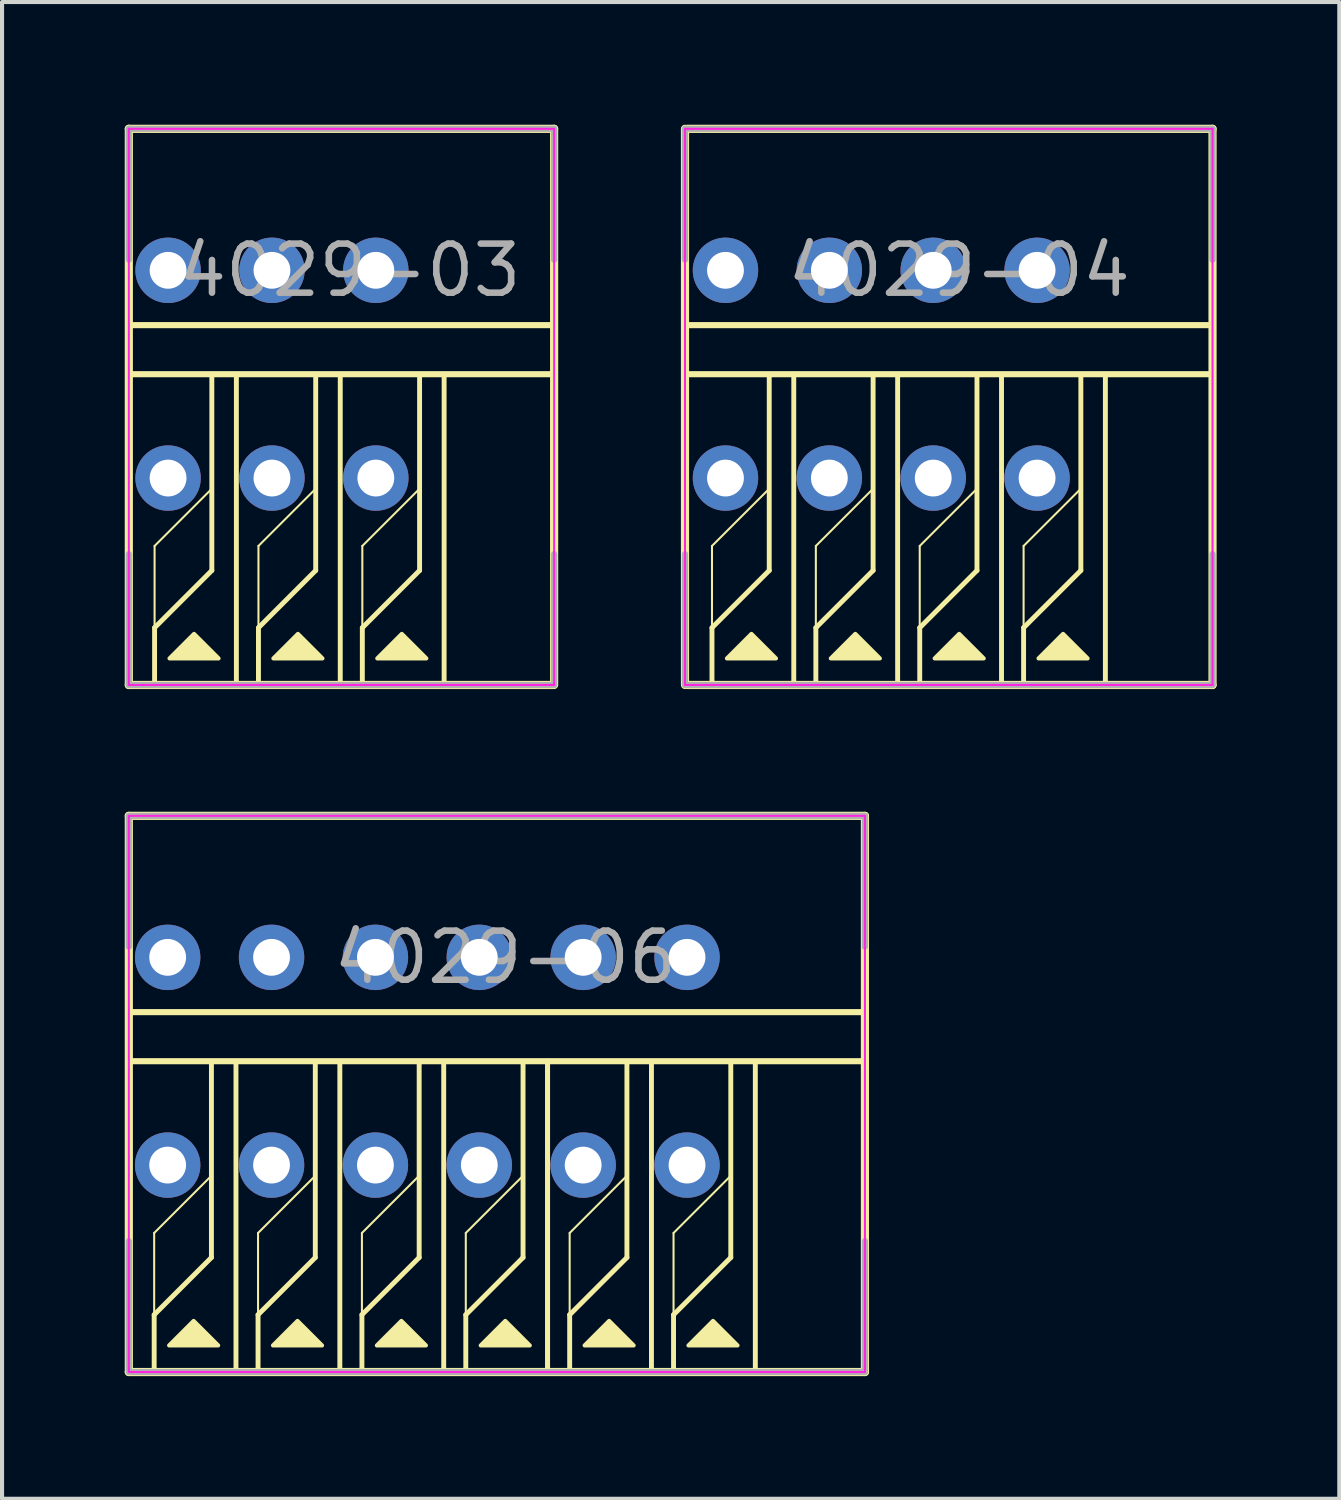
<source format=kicad_pcb>
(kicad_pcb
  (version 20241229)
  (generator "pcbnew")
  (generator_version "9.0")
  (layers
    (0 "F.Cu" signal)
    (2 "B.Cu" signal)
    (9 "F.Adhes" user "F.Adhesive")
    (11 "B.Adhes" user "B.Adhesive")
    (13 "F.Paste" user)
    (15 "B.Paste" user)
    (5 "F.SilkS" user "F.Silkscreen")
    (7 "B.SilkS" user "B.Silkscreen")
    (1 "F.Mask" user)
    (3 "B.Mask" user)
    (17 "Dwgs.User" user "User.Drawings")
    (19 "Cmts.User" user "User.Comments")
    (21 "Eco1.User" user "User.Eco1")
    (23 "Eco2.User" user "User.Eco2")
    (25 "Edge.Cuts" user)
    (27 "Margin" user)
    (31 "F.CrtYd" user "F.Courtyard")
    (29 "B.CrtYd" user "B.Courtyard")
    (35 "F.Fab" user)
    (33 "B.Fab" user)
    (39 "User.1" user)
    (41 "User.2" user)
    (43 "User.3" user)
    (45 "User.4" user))
  (footprint "4029-04"
    (layer "F.Cu")
    (at 18.5 6.1)
    (property "Reference" "4029-04" (at 1.905 -2.54 0) (layer "F.Fab") (effects (font (size 1.2 1.2) (thickness 0.16))))
    (attr through_hole)
    (fp_line (start -4.8 -6) (end -4.8 7.6) (stroke (width 0.2) (type solid)) (layer "F.SilkS"))
    (fp_line (start -4.8 -1.2) (end 8.1 -1.2) (stroke (width 0.15) (type solid)) (layer "F.SilkS"))
    (fp_line (start -4.8 0) (end 8.1 0) (stroke (width 0.15) (type solid)) (layer "F.SilkS"))
    (fp_line (start -4.74 -6) (end 8.1 -6) (stroke (width 0.2) (type solid)) (layer "F.SilkS"))
    (fp_line (start -4.74 7.6) (end 8.1 7.6) (stroke (width 0.2) (type solid)) (layer "F.SilkS"))
    (fp_line (start -4.14 4.2) (end -2.74 2.8) (stroke (width 0.05) (type solid)) (layer "F.SilkS"))
    (fp_line (start -4.14 6.2) (end -4.14 4.2) (stroke (width 0.05) (type solid)) (layer "F.SilkS"))
    (fp_line (start -4.14 6.2) (end -2.74 4.8) (stroke (width 0.12) (type solid)) (layer "F.SilkS"))
    (fp_line (start -4.14 7.6) (end -4.14 6.2) (stroke (width 0.12) (type solid)) (layer "F.SilkS"))
    (fp_line (start -2.74 4.8) (end -2.74 0) (stroke (width 0.12) (type solid)) (layer "F.SilkS"))
    (fp_line (start -2.14 0) (end -2.14 7.6) (stroke (width 0.12) (type solid)) (layer "F.SilkS"))
    (fp_line (start -1.6 4.2) (end -0.2 2.8) (stroke (width 0.05) (type solid)) (layer "F.SilkS"))
    (fp_line (start -1.6 6.2) (end -1.6 4.2) (stroke (width 0.05) (type solid)) (layer "F.SilkS"))
    (fp_line (start -1.6 6.2) (end -0.2 4.8) (stroke (width 0.12) (type solid)) (layer "F.SilkS"))
    (fp_line (start -1.6 7.6) (end -1.6 6.2) (stroke (width 0.12) (type solid)) (layer "F.SilkS"))
    (fp_line (start -0.2 4.8) (end -0.2 0) (stroke (width 0.12) (type solid)) (layer "F.SilkS"))
    (fp_line (start 0.4 0) (end 0.4 7.6) (stroke (width 0.12) (type solid)) (layer "F.SilkS"))
    (fp_line (start 0.94 4.2) (end 2.34 2.8) (stroke (width 0.05) (type solid)) (layer "F.SilkS"))
    (fp_line (start 0.94 6.2) (end 0.94 4.2) (stroke (width 0.05) (type solid)) (layer "F.SilkS"))
    (fp_line (start 0.94 6.2) (end 2.34 4.8) (stroke (width 0.12) (type solid)) (layer "F.SilkS"))
    (fp_line (start 0.94 7.6) (end 0.94 6.2) (stroke (width 0.12) (type solid)) (layer "F.SilkS"))
    (fp_line (start 2.34 4.8) (end 2.34 0) (stroke (width 0.12) (type solid)) (layer "F.SilkS"))
    (fp_line (start 2.94 0) (end 2.94 7.6) (stroke (width 0.12) (type solid)) (layer "F.SilkS"))
    (fp_line (start 3.48 4.2) (end 4.88 2.8) (stroke (width 0.05) (type solid)) (layer "F.SilkS"))
    (fp_line (start 3.48 6.2) (end 3.48 4.2) (stroke (width 0.05) (type solid)) (layer "F.SilkS"))
    (fp_line (start 3.48 6.2) (end 4.88 4.8) (stroke (width 0.12) (type solid)) (layer "F.SilkS"))
    (fp_line (start 3.48 7.6) (end 3.48 6.2) (stroke (width 0.12) (type solid)) (layer "F.SilkS"))
    (fp_line (start 4.88 4.8) (end 4.88 0) (stroke (width 0.12) (type solid)) (layer "F.SilkS"))
    (fp_line (start 5.48 0) (end 5.48 7.6) (stroke (width 0.12) (type solid)) (layer "F.SilkS"))
    (fp_line (start 8.1 -6) (end 8.1 7.6) (stroke (width 0.2) (type solid)) (layer "F.SilkS"))
    (fp_poly (pts (xy -2.575 6.95) (xy -3.775 6.95) (xy -3.175 6.35)) (stroke (width 0.1) (type solid)) (fill yes) (layer "F.SilkS"))
    (fp_poly (pts (xy -0.035 6.95) (xy -1.235 6.95) (xy -0.635 6.35)) (stroke (width 0.1) (type solid)) (fill yes) (layer "F.SilkS"))
    (fp_poly (pts (xy 2.505 6.95) (xy 1.305 6.95) (xy 1.905 6.35)) (stroke (width 0.1) (type solid)) (fill yes) (layer "F.SilkS"))
    (fp_poly (pts (xy 5.045 6.95) (xy 3.845 6.95) (xy 4.445 6.35)) (stroke (width 0.1) (type solid)) (fill yes) (layer "F.SilkS"))
    (fp_line (start -4.8 -6) (end 8.1 -6) (stroke (width 0.05) (type solid)) (layer "F.CrtYd"))
    (fp_line (start -4.8 7.6) (end -4.8 -6) (stroke (width 0.05) (type solid)) (layer "F.CrtYd"))
    (fp_line (start -4.8 7.6) (end 8.1 7.6) (stroke (width 0.05) (type solid)) (layer "F.CrtYd"))
    (fp_line (start 8.1 7.6) (end 8.1 -6) (stroke (width 0.05) (type solid)) (layer "F.CrtYd"))
    (fp_line (start -4.8 -6) (end -4.8 -2.8) (stroke (width 0.15) (type solid)) (layer "F.Fab"))
    (fp_line (start -4.8 -6) (end 8.1 -6) (stroke (width 0.15) (type solid)) (layer "F.Fab"))
    (fp_line (start -4.8 4.4) (end -4.8 7.6) (stroke (width 0.15) (type solid)) (layer "F.Fab"))
    (fp_line (start -4.8 7.6) (end 8.1 7.6) (stroke (width 0.15) (type solid)) (layer "F.Fab"))
    (fp_line (start 8.1 -6) (end 8.1 -2.8) (stroke (width 0.15) (type solid)) (layer "F.Fab"))
    (fp_line (start 8.1 4.4) (end 8.1 7.6) (stroke (width 0.15) (type solid)) (layer "F.Fab"))
    (pad "1" thru_hole circle (at -3.81 -2.54) (size 1.6 1.6) (drill 0.9) (layers "*.Cu" "*.Mask"))
    (pad "1" thru_hole circle (at -3.81 2.54) (size 1.6 1.6) (drill 0.9) (layers "*.Cu" "*.Mask"))
    (pad "2" thru_hole circle (at -1.27 -2.54) (size 1.6 1.6) (drill 0.9) (layers "*.Cu" "*.Mask"))
    (pad "2" thru_hole circle (at -1.27 2.54) (size 1.6 1.6) (drill 0.9) (layers "*.Cu" "*.Mask"))
    (pad "3" thru_hole circle (at 1.27 -2.54) (size 1.6 1.6) (drill 0.9) (layers "*.Cu" "*.Mask"))
    (pad "3" thru_hole circle (at 1.27 2.54) (size 1.6 1.6) (drill 0.9) (layers "*.Cu" "*.Mask"))
    (pad "4" thru_hole circle (at 3.81 -2.54) (size 1.6 1.6) (drill 0.9) (layers "*.Cu" "*.Mask"))
    (pad "4" thru_hole circle (at 3.81 2.54) (size 1.6 1.6) (drill 0.9) (layers "*.Cu" "*.Mask")))
  (footprint "4029-06"
    (layer "F.Cu")
    (at 7.4 22.9)
    (property "Reference" "4029-06" (at 1.905 -2.54 0) (layer "F.Fab") (effects (font (size 1.2 1.2) (thickness 0.16))))
    (attr through_hole)
    (fp_line (start -7.3 -6) (end -7.3 7.6) (stroke (width 0.2) (type solid)) (layer "F.SilkS"))
    (fp_line (start -7.3 -6) (end 10.7 -6) (stroke (width 0.2) (type solid)) (layer "F.SilkS"))
    (fp_line (start -7.3 -1.2) (end 10.7 -1.2) (stroke (width 0.15) (type solid)) (layer "F.SilkS"))
    (fp_line (start -7.3 0) (end 10.7 0) (stroke (width 0.15) (type solid)) (layer "F.SilkS"))
    (fp_line (start -7.3 7.6) (end 10.7 7.6) (stroke (width 0.2) (type solid)) (layer "F.SilkS"))
    (fp_line (start -6.68 4.2) (end -5.28 2.8) (stroke (width 0.05) (type solid)) (layer "F.SilkS"))
    (fp_line (start -6.68 6.2) (end -6.68 4.2) (stroke (width 0.05) (type solid)) (layer "F.SilkS"))
    (fp_line (start -6.68 6.2) (end -5.28 4.8) (stroke (width 0.12) (type solid)) (layer "F.SilkS"))
    (fp_line (start -6.68 7.6) (end -6.68 6.2) (stroke (width 0.12) (type solid)) (layer "F.SilkS"))
    (fp_line (start -5.28 4.8) (end -5.28 0) (stroke (width 0.12) (type solid)) (layer "F.SilkS"))
    (fp_line (start -4.68 0) (end -4.68 7.6) (stroke (width 0.12) (type solid)) (layer "F.SilkS"))
    (fp_line (start -4.14 4.2) (end -2.74 2.8) (stroke (width 0.05) (type solid)) (layer "F.SilkS"))
    (fp_line (start -4.14 6.2) (end -4.14 4.2) (stroke (width 0.05) (type solid)) (layer "F.SilkS"))
    (fp_line (start -4.14 6.2) (end -2.74 4.8) (stroke (width 0.12) (type solid)) (layer "F.SilkS"))
    (fp_line (start -4.14 7.6) (end -4.14 6.2) (stroke (width 0.12) (type solid)) (layer "F.SilkS"))
    (fp_line (start -2.74 4.8) (end -2.74 0) (stroke (width 0.12) (type solid)) (layer "F.SilkS"))
    (fp_line (start -2.14 0) (end -2.14 7.6) (stroke (width 0.12) (type solid)) (layer "F.SilkS"))
    (fp_line (start -1.6 4.2) (end -0.2 2.8) (stroke (width 0.05) (type solid)) (layer "F.SilkS"))
    (fp_line (start -1.6 6.2) (end -1.6 4.2) (stroke (width 0.05) (type solid)) (layer "F.SilkS"))
    (fp_line (start -1.6 6.2) (end -0.2 4.8) (stroke (width 0.12) (type solid)) (layer "F.SilkS"))
    (fp_line (start -1.6 7.6) (end -1.6 6.2) (stroke (width 0.12) (type solid)) (layer "F.SilkS"))
    (fp_line (start -0.2 4.8) (end -0.2 0) (stroke (width 0.12) (type solid)) (layer "F.SilkS"))
    (fp_line (start 0.4 0) (end 0.4 7.6) (stroke (width 0.12) (type solid)) (layer "F.SilkS"))
    (fp_line (start 0.94 4.2) (end 2.34 2.8) (stroke (width 0.05) (type solid)) (layer "F.SilkS"))
    (fp_line (start 0.94 6.2) (end 0.94 4.2) (stroke (width 0.05) (type solid)) (layer "F.SilkS"))
    (fp_line (start 0.94 6.2) (end 2.34 4.8) (stroke (width 0.12) (type solid)) (layer "F.SilkS"))
    (fp_line (start 0.94 7.6) (end 0.94 6.2) (stroke (width 0.12) (type solid)) (layer "F.SilkS"))
    (fp_line (start 2.34 4.8) (end 2.34 0) (stroke (width 0.12) (type solid)) (layer "F.SilkS"))
    (fp_line (start 2.94 0) (end 2.94 7.6) (stroke (width 0.12) (type solid)) (layer "F.SilkS"))
    (fp_line (start 2.94 0) (end 2.94 7.6) (stroke (width 0.12) (type solid)) (layer "F.SilkS"))
    (fp_line (start 3.48 4.2) (end 4.88 2.8) (stroke (width 0.05) (type solid)) (layer "F.SilkS"))
    (fp_line (start 3.48 6.2) (end 3.48 4.2) (stroke (width 0.05) (type solid)) (layer "F.SilkS"))
    (fp_line (start 3.48 6.2) (end 4.88 4.8) (stroke (width 0.12) (type solid)) (layer "F.SilkS"))
    (fp_line (start 3.48 7.6) (end 3.48 6.2) (stroke (width 0.12) (type solid)) (layer "F.SilkS"))
    (fp_line (start 4.88 4.8) (end 4.88 0) (stroke (width 0.12) (type solid)) (layer "F.SilkS"))
    (fp_line (start 5.48 0) (end 5.48 7.6) (stroke (width 0.12) (type solid)) (layer "F.SilkS"))
    (fp_line (start 6.02 4.2) (end 7.42 2.8) (stroke (width 0.05) (type solid)) (layer "F.SilkS"))
    (fp_line (start 6.02 6.2) (end 6.02 4.2) (stroke (width 0.05) (type solid)) (layer "F.SilkS"))
    (fp_line (start 6.02 6.2) (end 7.42 4.8) (stroke (width 0.12) (type solid)) (layer "F.SilkS"))
    (fp_line (start 6.02 7.6) (end 6.02 6.2) (stroke (width 0.12) (type solid)) (layer "F.SilkS"))
    (fp_line (start 7.42 4.8) (end 7.42 0) (stroke (width 0.12) (type solid)) (layer "F.SilkS"))
    (fp_line (start 8.02 0) (end 8.02 7.6) (stroke (width 0.12) (type solid)) (layer "F.SilkS"))
    (fp_line (start 10.7 -6) (end 10.7 7.6) (stroke (width 0.2) (type solid)) (layer "F.SilkS"))
    (fp_poly (pts (xy -5.115 6.95) (xy -6.315 6.95) (xy -5.715 6.35)) (stroke (width 0.1) (type solid)) (fill yes) (layer "F.SilkS"))
    (fp_poly (pts (xy -2.575 6.95) (xy -3.775 6.95) (xy -3.175 6.35)) (stroke (width 0.1) (type solid)) (fill yes) (layer "F.SilkS"))
    (fp_poly (pts (xy -0.035 6.95) (xy -1.235 6.95) (xy -0.635 6.35)) (stroke (width 0.1) (type solid)) (fill yes) (layer "F.SilkS"))
    (fp_poly (pts (xy 2.505 6.95) (xy 1.305 6.95) (xy 1.905 6.35)) (stroke (width 0.1) (type solid)) (fill yes) (layer "F.SilkS"))
    (fp_poly (pts (xy 5.045 6.95) (xy 3.845 6.95) (xy 4.445 6.35)) (stroke (width 0.1) (type solid)) (fill yes) (layer "F.SilkS"))
    (fp_poly (pts (xy 7.585 6.95) (xy 6.385 6.95) (xy 6.985 6.35)) (stroke (width 0.1) (type solid)) (fill yes) (layer "F.SilkS"))
    (fp_line (start -7.3 -6) (end 10.7 -6) (stroke (width 0.05) (type solid)) (layer "F.CrtYd"))
    (fp_line (start -7.3 7.6) (end -7.3 -6) (stroke (width 0.05) (type solid)) (layer "F.CrtYd"))
    (fp_line (start -7.28 7.6) (end 10.7 7.6) (stroke (width 0.05) (type solid)) (layer "F.CrtYd"))
    (fp_line (start 10.7 7.6) (end 10.7 -6) (stroke (width 0.05) (type solid)) (layer "F.CrtYd"))
    (fp_line (start -7.3 -6) (end -7.3 -2.8) (stroke (width 0.15) (type solid)) (layer "F.Fab"))
    (fp_line (start -7.3 -6) (end 10.7 -6) (stroke (width 0.15) (type solid)) (layer "F.Fab"))
    (fp_line (start -7.3 4.4) (end -7.3 7.6) (stroke (width 0.15) (type solid)) (layer "F.Fab"))
    (fp_line (start -7.28 7.6) (end 10.7 7.6) (stroke (width 0.15) (type solid)) (layer "F.Fab"))
    (fp_line (start 10.7 -6) (end 10.7 -2.8) (stroke (width 0.15) (type solid)) (layer "F.Fab"))
    (fp_line (start 10.7 4.4) (end 10.7 7.6) (stroke (width 0.15) (type solid)) (layer "F.Fab"))
    (pad "1" thru_hole circle (at -6.35 -2.54) (size 1.6 1.6) (drill 0.9) (layers "*.Cu" "*.Mask"))
    (pad "1" thru_hole circle (at -6.35 2.54) (size 1.6 1.6) (drill 0.9) (layers "*.Cu" "*.Mask"))
    (pad "2" thru_hole circle (at -3.81 -2.54) (size 1.6 1.6) (drill 0.9) (layers "*.Cu" "*.Mask"))
    (pad "2" thru_hole circle (at -3.81 2.54) (size 1.6 1.6) (drill 0.9) (layers "*.Cu" "*.Mask"))
    (pad "3" thru_hole circle (at -1.27 -2.54) (size 1.6 1.6) (drill 0.9) (layers "*.Cu" "*.Mask"))
    (pad "3" thru_hole circle (at -1.27 2.54) (size 1.6 1.6) (drill 0.9) (layers "*.Cu" "*.Mask"))
    (pad "4" thru_hole circle (at 1.27 -2.54) (size 1.6 1.6) (drill 0.9) (layers "*.Cu" "*.Mask"))
    (pad "4" thru_hole circle (at 1.27 2.54) (size 1.6 1.6) (drill 0.9) (layers "*.Cu" "*.Mask"))
    (pad "5" thru_hole circle (at 3.81 -2.54) (size 1.6 1.6) (drill 0.9) (layers "*.Cu" "*.Mask"))
    (pad "5" thru_hole circle (at 3.81 2.54) (size 1.6 1.6) (drill 0.9) (layers "*.Cu" "*.Mask"))
    (pad "6" thru_hole circle (at 6.35 -2.54) (size 1.6 1.6) (drill 0.9) (layers "*.Cu" "*.Mask"))
    (pad "6" thru_hole circle (at 6.35 2.54) (size 1.6 1.6) (drill 0.9) (layers "*.Cu" "*.Mask")))
  (footprint "4029-03"
    (layer "F.Cu")
    (at 3.6 6.1)
    (property "Reference" "4029-03" (at 1.905 -2.54 0) (layer "F.Fab") (effects (font (size 1.2 1.2) (thickness 0.16))))
    (attr through_hole)
    (fp_line (start -3.5 -6) (end -3.5 7.6) (stroke (width 0.2) (type solid)) (layer "F.SilkS"))
    (fp_line (start -3.5 -6) (end 6.9 -6) (stroke (width 0.2) (type solid)) (layer "F.SilkS"))
    (fp_line (start -3.5 -1.2) (end 6.9 -1.2) (stroke (width 0.15) (type solid)) (layer "F.SilkS"))
    (fp_line (start -3.5 0) (end 6.9 0) (stroke (width 0.15) (type solid)) (layer "F.SilkS"))
    (fp_line (start -3.5 7.6) (end 6.87 7.6) (stroke (width 0.2) (type solid)) (layer "F.SilkS"))
    (fp_line (start -2.87 4.2) (end -1.47 2.8) (stroke (width 0.05) (type solid)) (layer "F.SilkS"))
    (fp_line (start -2.87 6.2) (end -2.87 4.2) (stroke (width 0.05) (type solid)) (layer "F.SilkS"))
    (fp_line (start -2.87 6.2) (end -1.47 4.8) (stroke (width 0.12) (type solid)) (layer "F.SilkS"))
    (fp_line (start -2.87 7.6) (end -2.87 6.2) (stroke (width 0.12) (type solid)) (layer "F.SilkS"))
    (fp_line (start -1.47 4.8) (end -1.47 0) (stroke (width 0.12) (type solid)) (layer "F.SilkS"))
    (fp_line (start -0.87 0) (end -0.87 7.6) (stroke (width 0.12) (type solid)) (layer "F.SilkS"))
    (fp_line (start -0.33 4.2) (end 1.07 2.8) (stroke (width 0.05) (type solid)) (layer "F.SilkS"))
    (fp_line (start -0.33 6.2) (end -0.33 4.2) (stroke (width 0.05) (type solid)) (layer "F.SilkS"))
    (fp_line (start -0.33 6.2) (end 1.07 4.8) (stroke (width 0.12) (type solid)) (layer "F.SilkS"))
    (fp_line (start -0.33 7.6) (end -0.33 6.2) (stroke (width 0.12) (type solid)) (layer "F.SilkS"))
    (fp_line (start 1.07 4.8) (end 1.07 0) (stroke (width 0.12) (type solid)) (layer "F.SilkS"))
    (fp_line (start 1.67 0) (end 1.67 7.6) (stroke (width 0.12) (type solid)) (layer "F.SilkS"))
    (fp_line (start 2.21 4.2) (end 3.61 2.8) (stroke (width 0.05) (type solid)) (layer "F.SilkS"))
    (fp_line (start 2.21 6.2) (end 2.21 4.2) (stroke (width 0.05) (type solid)) (layer "F.SilkS"))
    (fp_line (start 2.21 6.2) (end 3.61 4.8) (stroke (width 0.12) (type solid)) (layer "F.SilkS"))
    (fp_line (start 2.21 7.6) (end 2.21 6.2) (stroke (width 0.12) (type solid)) (layer "F.SilkS"))
    (fp_line (start 3.61 4.8) (end 3.61 0) (stroke (width 0.12) (type solid)) (layer "F.SilkS"))
    (fp_line (start 4.21 0) (end 4.21 7.6) (stroke (width 0.12) (type solid)) (layer "F.SilkS"))
    (fp_line (start 6.9 -6) (end 6.9 7.6) (stroke (width 0.2) (type solid)) (layer "F.SilkS"))
    (fp_poly (pts (xy -1.305 6.95) (xy -2.505 6.95) (xy -1.905 6.35)) (stroke (width 0.1) (type solid)) (fill yes) (layer "F.SilkS"))
    (fp_poly (pts (xy 1.235 6.95) (xy 0.035 6.95) (xy 0.635 6.35)) (stroke (width 0.1) (type solid)) (fill yes) (layer "F.SilkS"))
    (fp_poly (pts (xy 3.775 6.95) (xy 2.575 6.95) (xy 3.175 6.35)) (stroke (width 0.1) (type solid)) (fill yes) (layer "F.SilkS"))
    (fp_line (start -3.5 -6) (end 6.9 -6) (stroke (width 0.05) (type solid)) (layer "F.CrtYd"))
    (fp_line (start -3.5 7.6) (end -3.5 -6) (stroke (width 0.05) (type solid)) (layer "F.CrtYd"))
    (fp_line (start -3.5 7.6) (end 6.9 7.6) (stroke (width 0.05) (type solid)) (layer "F.CrtYd"))
    (fp_line (start 6.9 7.6) (end 6.9 -6) (stroke (width 0.05) (type solid)) (layer "F.CrtYd"))
    (fp_line (start -3.5 -6) (end -3.5 -2.8) (stroke (width 0.15) (type solid)) (layer "F.Fab"))
    (fp_line (start -3.5 -6) (end 6.9 -6) (stroke (width 0.15) (type solid)) (layer "F.Fab"))
    (fp_line (start -3.5 4.4) (end -3.5 7.6) (stroke (width 0.15) (type solid)) (layer "F.Fab"))
    (fp_line (start -3.5 7.6) (end 6.9 7.6) (stroke (width 0.15) (type solid)) (layer "F.Fab"))
    (fp_line (start 6.9 -6) (end 6.9 -2.8) (stroke (width 0.15) (type solid)) (layer "F.Fab"))
    (fp_line (start 6.9 4.4) (end 6.9 7.6) (stroke (width 0.15) (type solid)) (layer "F.Fab"))
    (pad "1" thru_hole circle (at -2.54 -2.54) (size 1.6 1.6) (drill 0.9) (layers "*.Cu" "*.Mask"))
    (pad "1" thru_hole circle (at -2.54 2.54) (size 1.6 1.6) (drill 0.9) (layers "*.Cu" "*.Mask"))
    (pad "2" thru_hole circle (at 0 -2.54) (size 1.6 1.6) (drill 0.9) (layers "*.Cu" "*.Mask"))
    (pad "2" thru_hole circle (at 0 2.54) (size 1.6 1.6) (drill 0.9) (layers "*.Cu" "*.Mask"))
    (pad "3" thru_hole circle (at 2.54 -2.54) (size 1.6 1.6) (drill 0.9) (layers "*.Cu" "*.Mask"))
    (pad "3" thru_hole circle (at 2.54 2.54) (size 1.6 1.6) (drill 0.9) (layers "*.Cu" "*.Mask")))
  (gr_rect
    (start -3 -3)
    (end 29.7 33.6)
    (stroke (width 0.1) (type default))
    (fill no)
    (layer "Edge.Cuts")))
</source>
